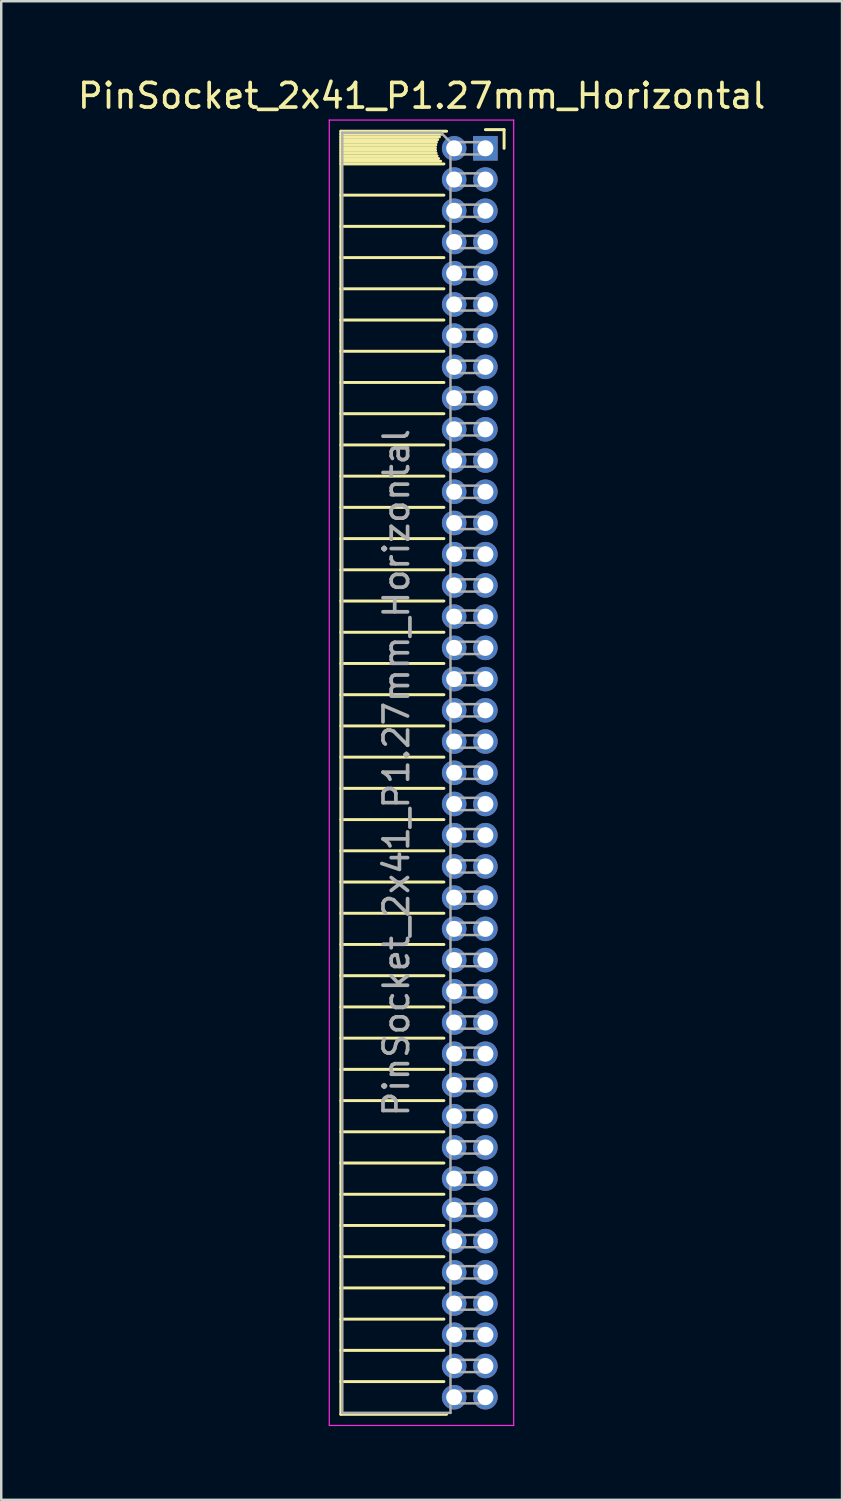
<source format=kicad_pcb>
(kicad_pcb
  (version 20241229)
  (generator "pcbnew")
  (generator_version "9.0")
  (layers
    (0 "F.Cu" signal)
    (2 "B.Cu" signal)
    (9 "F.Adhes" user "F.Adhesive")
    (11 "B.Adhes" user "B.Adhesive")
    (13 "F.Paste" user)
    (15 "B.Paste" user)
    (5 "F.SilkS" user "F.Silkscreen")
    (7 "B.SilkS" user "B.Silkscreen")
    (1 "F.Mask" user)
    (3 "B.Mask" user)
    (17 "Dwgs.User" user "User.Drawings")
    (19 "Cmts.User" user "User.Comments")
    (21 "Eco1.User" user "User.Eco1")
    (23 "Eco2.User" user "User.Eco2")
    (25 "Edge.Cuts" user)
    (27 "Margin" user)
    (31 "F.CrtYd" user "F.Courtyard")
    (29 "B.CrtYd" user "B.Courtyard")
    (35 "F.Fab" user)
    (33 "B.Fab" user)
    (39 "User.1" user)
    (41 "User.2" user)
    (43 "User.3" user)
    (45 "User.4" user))
  (footprint "PinSocket_2x41_P1.27mm_Horizontal"
    (layer "F.Cu")
    (at 16.694 2.983)
    (property "Reference" "PinSocket_2x41_P1.27mm_Horizontal" (at -2.592 -2.135 0) (layer "F.SilkS") (effects (font (size 1 1) (thickness 0.15))))
    (attr through_hole)
    (fp_line (start -5.88 -0.695) (end -5.88 51.495) (stroke (width 0.12) (type solid)) (layer "F.SilkS"))
    (fp_line (start -5.88 -0.695) (end -1.578 -0.695) (stroke (width 0.12) (type solid)) (layer "F.SilkS"))
    (fp_line (start -5.88 -0.575) (end -1.767 -0.575) (stroke (width 0.12) (type solid)) (layer "F.SilkS"))
    (fp_line (start -5.88 -0.465) (end -1.871 -0.465) (stroke (width 0.12) (type solid)) (layer "F.SilkS"))
    (fp_line (start -5.88 -0.355) (end -1.942 -0.355) (stroke (width 0.12) (type solid)) (layer "F.SilkS"))
    (fp_line (start -5.88 -0.245) (end -1.989 -0.245) (stroke (width 0.12) (type solid)) (layer "F.SilkS"))
    (fp_line (start -5.88 -0.135) (end -2.018 -0.135) (stroke (width 0.12) (type solid)) (layer "F.SilkS"))
    (fp_line (start -5.88 -0.025) (end -2.03 -0.025) (stroke (width 0.12) (type solid)) (layer "F.SilkS"))
    (fp_line (start -5.88 0.085) (end -2.025 0.085) (stroke (width 0.12) (type solid)) (layer "F.SilkS"))
    (fp_line (start -5.88 0.195) (end -2.005 0.195) (stroke (width 0.12) (type solid)) (layer "F.SilkS"))
    (fp_line (start -5.88 0.305) (end -1.966 0.305) (stroke (width 0.12) (type solid)) (layer "F.SilkS"))
    (fp_line (start -5.88 0.415) (end -1.907 0.415) (stroke (width 0.12) (type solid)) (layer "F.SilkS"))
    (fp_line (start -5.88 0.525) (end -1.82 0.525) (stroke (width 0.12) (type solid)) (layer "F.SilkS"))
    (fp_line (start -5.88 0.635) (end -1.688 0.635) (stroke (width 0.12) (type solid)) (layer "F.SilkS"))
    (fp_line (start -5.88 1.905) (end -1.688 1.905) (stroke (width 0.12) (type solid)) (layer "F.SilkS"))
    (fp_line (start -5.88 3.175) (end -1.688 3.175) (stroke (width 0.12) (type solid)) (layer "F.SilkS"))
    (fp_line (start -5.88 4.445) (end -1.688 4.445) (stroke (width 0.12) (type solid)) (layer "F.SilkS"))
    (fp_line (start -5.88 5.715) (end -1.688 5.715) (stroke (width 0.12) (type solid)) (layer "F.SilkS"))
    (fp_line (start -5.88 6.985) (end -1.688 6.985) (stroke (width 0.12) (type solid)) (layer "F.SilkS"))
    (fp_line (start -5.88 8.255) (end -1.688 8.255) (stroke (width 0.12) (type solid)) (layer "F.SilkS"))
    (fp_line (start -5.88 9.525) (end -1.688 9.525) (stroke (width 0.12) (type solid)) (layer "F.SilkS"))
    (fp_line (start -5.88 10.795) (end -1.688 10.795) (stroke (width 0.12) (type solid)) (layer "F.SilkS"))
    (fp_line (start -5.88 12.065) (end -1.688 12.065) (stroke (width 0.12) (type solid)) (layer "F.SilkS"))
    (fp_line (start -5.88 13.335) (end -1.688 13.335) (stroke (width 0.12) (type solid)) (layer "F.SilkS"))
    (fp_line (start -5.88 14.605) (end -1.688 14.605) (stroke (width 0.12) (type solid)) (layer "F.SilkS"))
    (fp_line (start -5.88 15.875) (end -1.688 15.875) (stroke (width 0.12) (type solid)) (layer "F.SilkS"))
    (fp_line (start -5.88 17.145) (end -1.688 17.145) (stroke (width 0.12) (type solid)) (layer "F.SilkS"))
    (fp_line (start -5.88 18.415) (end -1.688 18.415) (stroke (width 0.12) (type solid)) (layer "F.SilkS"))
    (fp_line (start -5.88 19.685) (end -1.688 19.685) (stroke (width 0.12) (type solid)) (layer "F.SilkS"))
    (fp_line (start -5.88 20.955) (end -1.688 20.955) (stroke (width 0.12) (type solid)) (layer "F.SilkS"))
    (fp_line (start -5.88 22.225) (end -1.688 22.225) (stroke (width 0.12) (type solid)) (layer "F.SilkS"))
    (fp_line (start -5.88 23.495) (end -1.688 23.495) (stroke (width 0.12) (type solid)) (layer "F.SilkS"))
    (fp_line (start -5.88 24.765) (end -1.688 24.765) (stroke (width 0.12) (type solid)) (layer "F.SilkS"))
    (fp_line (start -5.88 26.035) (end -1.688 26.035) (stroke (width 0.12) (type solid)) (layer "F.SilkS"))
    (fp_line (start -5.88 27.305) (end -1.688 27.305) (stroke (width 0.12) (type solid)) (layer "F.SilkS"))
    (fp_line (start -5.88 28.575) (end -1.688 28.575) (stroke (width 0.12) (type solid)) (layer "F.SilkS"))
    (fp_line (start -5.88 29.845) (end -1.688 29.845) (stroke (width 0.12) (type solid)) (layer "F.SilkS"))
    (fp_line (start -5.88 31.115) (end -1.688 31.115) (stroke (width 0.12) (type solid)) (layer "F.SilkS"))
    (fp_line (start -5.88 32.385) (end -1.688 32.385) (stroke (width 0.12) (type solid)) (layer "F.SilkS"))
    (fp_line (start -5.88 33.655) (end -1.688 33.655) (stroke (width 0.12) (type solid)) (layer "F.SilkS"))
    (fp_line (start -5.88 34.925) (end -1.688 34.925) (stroke (width 0.12) (type solid)) (layer "F.SilkS"))
    (fp_line (start -5.88 36.195) (end -1.688 36.195) (stroke (width 0.12) (type solid)) (layer "F.SilkS"))
    (fp_line (start -5.88 37.465) (end -1.688 37.465) (stroke (width 0.12) (type solid)) (layer "F.SilkS"))
    (fp_line (start -5.88 38.735) (end -1.688 38.735) (stroke (width 0.12) (type solid)) (layer "F.SilkS"))
    (fp_line (start -5.88 40.005) (end -1.688 40.005) (stroke (width 0.12) (type solid)) (layer "F.SilkS"))
    (fp_line (start -5.88 41.275) (end -1.688 41.275) (stroke (width 0.12) (type solid)) (layer "F.SilkS"))
    (fp_line (start -5.88 42.545) (end -1.688 42.545) (stroke (width 0.12) (type solid)) (layer "F.SilkS"))
    (fp_line (start -5.88 43.815) (end -1.688 43.815) (stroke (width 0.12) (type solid)) (layer "F.SilkS"))
    (fp_line (start -5.88 45.085) (end -1.688 45.085) (stroke (width 0.12) (type solid)) (layer "F.SilkS"))
    (fp_line (start -5.88 46.355) (end -1.688 46.355) (stroke (width 0.12) (type solid)) (layer "F.SilkS"))
    (fp_line (start -5.88 47.625) (end -1.688 47.625) (stroke (width 0.12) (type solid)) (layer "F.SilkS"))
    (fp_line (start -5.88 48.895) (end -1.688 48.895) (stroke (width 0.12) (type solid)) (layer "F.SilkS"))
    (fp_line (start -5.88 50.165) (end -1.688 50.165) (stroke (width 0.12) (type solid)) (layer "F.SilkS"))
    (fp_line (start -5.88 51.495) (end -1.578 51.495) (stroke (width 0.12) (type solid)) (layer "F.SilkS"))
    (fp_line (start 0 -0.76) (end 0.76 -0.76) (stroke (width 0.12) (type solid)) (layer "F.SilkS"))
    (fp_line (start 0.76 -0.76) (end 0.76 0) (stroke (width 0.12) (type solid)) (layer "F.SilkS"))
    (fp_line (start -6.35 -1.15) (end -6.35 51.95) (stroke (width 0.05) (type solid)) (layer "F.CrtYd"))
    (fp_line (start -6.35 51.95) (end 1.15 51.95) (stroke (width 0.05) (type solid)) (layer "F.CrtYd"))
    (fp_line (start 1.15 -1.15) (end -6.35 -1.15) (stroke (width 0.05) (type solid)) (layer "F.CrtYd"))
    (fp_line (start 1.15 51.95) (end 1.15 -1.15) (stroke (width 0.05) (type solid)) (layer "F.CrtYd"))
    (fp_line (start -5.82 -0.635) (end -1.805 -0.635) (stroke (width 0.1) (type solid)) (layer "F.Fab"))
    (fp_line (start -5.82 51.435) (end -5.82 -0.635) (stroke (width 0.1) (type solid)) (layer "F.Fab"))
    (fp_line (start -1.805 -0.635) (end -1.42 -0.25) (stroke (width 0.1) (type solid)) (layer "F.Fab"))
    (fp_line (start -1.42 -0.25) (end -1.42 51.435) (stroke (width 0.1) (type solid)) (layer "F.Fab"))
    (fp_line (start -1.42 0.25) (end 0 0.25) (stroke (width 0.1) (type solid)) (layer "F.Fab"))
    (fp_line (start -1.42 1.52) (end 0 1.52) (stroke (width 0.1) (type solid)) (layer "F.Fab"))
    (fp_line (start -1.42 2.79) (end 0 2.79) (stroke (width 0.1) (type solid)) (layer "F.Fab"))
    (fp_line (start -1.42 4.06) (end 0 4.06) (stroke (width 0.1) (type solid)) (layer "F.Fab"))
    (fp_line (start -1.42 5.33) (end 0 5.33) (stroke (width 0.1) (type solid)) (layer "F.Fab"))
    (fp_line (start -1.42 6.6) (end 0 6.6) (stroke (width 0.1) (type solid)) (layer "F.Fab"))
    (fp_line (start -1.42 7.87) (end 0 7.87) (stroke (width 0.1) (type solid)) (layer "F.Fab"))
    (fp_line (start -1.42 9.14) (end 0 9.14) (stroke (width 0.1) (type solid)) (layer "F.Fab"))
    (fp_line (start -1.42 10.41) (end 0 10.41) (stroke (width 0.1) (type solid)) (layer "F.Fab"))
    (fp_line (start -1.42 11.68) (end 0 11.68) (stroke (width 0.1) (type solid)) (layer "F.Fab"))
    (fp_line (start -1.42 12.95) (end 0 12.95) (stroke (width 0.1) (type solid)) (layer "F.Fab"))
    (fp_line (start -1.42 14.22) (end 0 14.22) (stroke (width 0.1) (type solid)) (layer "F.Fab"))
    (fp_line (start -1.42 15.49) (end 0 15.49) (stroke (width 0.1) (type solid)) (layer "F.Fab"))
    (fp_line (start -1.42 16.76) (end 0 16.76) (stroke (width 0.1) (type solid)) (layer "F.Fab"))
    (fp_line (start -1.42 18.03) (end 0 18.03) (stroke (width 0.1) (type solid)) (layer "F.Fab"))
    (fp_line (start -1.42 19.3) (end 0 19.3) (stroke (width 0.1) (type solid)) (layer "F.Fab"))
    (fp_line (start -1.42 20.57) (end 0 20.57) (stroke (width 0.1) (type solid)) (layer "F.Fab"))
    (fp_line (start -1.42 21.84) (end 0 21.84) (stroke (width 0.1) (type solid)) (layer "F.Fab"))
    (fp_line (start -1.42 23.11) (end 0 23.11) (stroke (width 0.1) (type solid)) (layer "F.Fab"))
    (fp_line (start -1.42 24.38) (end 0 24.38) (stroke (width 0.1) (type solid)) (layer "F.Fab"))
    (fp_line (start -1.42 25.65) (end 0 25.65) (stroke (width 0.1) (type solid)) (layer "F.Fab"))
    (fp_line (start -1.42 26.92) (end 0 26.92) (stroke (width 0.1) (type solid)) (layer "F.Fab"))
    (fp_line (start -1.42 28.19) (end 0 28.19) (stroke (width 0.1) (type solid)) (layer "F.Fab"))
    (fp_line (start -1.42 29.46) (end 0 29.46) (stroke (width 0.1) (type solid)) (layer "F.Fab"))
    (fp_line (start -1.42 30.73) (end 0 30.73) (stroke (width 0.1) (type solid)) (layer "F.Fab"))
    (fp_line (start -1.42 32) (end 0 32) (stroke (width 0.1) (type solid)) (layer "F.Fab"))
    (fp_line (start -1.42 33.27) (end 0 33.27) (stroke (width 0.1) (type solid)) (layer "F.Fab"))
    (fp_line (start -1.42 34.54) (end 0 34.54) (stroke (width 0.1) (type solid)) (layer "F.Fab"))
    (fp_line (start -1.42 35.81) (end 0 35.81) (stroke (width 0.1) (type solid)) (layer "F.Fab"))
    (fp_line (start -1.42 37.08) (end 0 37.08) (stroke (width 0.1) (type solid)) (layer "F.Fab"))
    (fp_line (start -1.42 38.35) (end 0 38.35) (stroke (width 0.1) (type solid)) (layer "F.Fab"))
    (fp_line (start -1.42 39.62) (end 0 39.62) (stroke (width 0.1) (type solid)) (layer "F.Fab"))
    (fp_line (start -1.42 40.89) (end 0 40.89) (stroke (width 0.1) (type solid)) (layer "F.Fab"))
    (fp_line (start -1.42 42.16) (end 0 42.16) (stroke (width 0.1) (type solid)) (layer "F.Fab"))
    (fp_line (start -1.42 43.43) (end 0 43.43) (stroke (width 0.1) (type solid)) (layer "F.Fab"))
    (fp_line (start -1.42 44.7) (end 0 44.7) (stroke (width 0.1) (type solid)) (layer "F.Fab"))
    (fp_line (start -1.42 45.97) (end 0 45.97) (stroke (width 0.1) (type solid)) (layer "F.Fab"))
    (fp_line (start -1.42 47.24) (end 0 47.24) (stroke (width 0.1) (type solid)) (layer "F.Fab"))
    (fp_line (start -1.42 48.51) (end 0 48.51) (stroke (width 0.1) (type solid)) (layer "F.Fab"))
    (fp_line (start -1.42 49.78) (end 0 49.78) (stroke (width 0.1) (type solid)) (layer "F.Fab"))
    (fp_line (start -1.42 51.05) (end 0 51.05) (stroke (width 0.1) (type solid)) (layer "F.Fab"))
    (fp_line (start -1.42 51.435) (end -5.82 51.435) (stroke (width 0.1) (type solid)) (layer "F.Fab"))
    (fp_line (start 0 -0.25) (end -1.42 -0.25) (stroke (width 0.1) (type solid)) (layer "F.Fab"))
    (fp_line (start 0 0.25) (end 0 -0.25) (stroke (width 0.1) (type solid)) (layer "F.Fab"))
    (fp_line (start 0 1.02) (end -1.42 1.02) (stroke (width 0.1) (type solid)) (layer "F.Fab"))
    (fp_line (start 0 1.52) (end 0 1.02) (stroke (width 0.1) (type solid)) (layer "F.Fab"))
    (fp_line (start 0 2.29) (end -1.42 2.29) (stroke (width 0.1) (type solid)) (layer "F.Fab"))
    (fp_line (start 0 2.79) (end 0 2.29) (stroke (width 0.1) (type solid)) (layer "F.Fab"))
    (fp_line (start 0 3.56) (end -1.42 3.56) (stroke (width 0.1) (type solid)) (layer "F.Fab"))
    (fp_line (start 0 4.06) (end 0 3.56) (stroke (width 0.1) (type solid)) (layer "F.Fab"))
    (fp_line (start 0 4.83) (end -1.42 4.83) (stroke (width 0.1) (type solid)) (layer "F.Fab"))
    (fp_line (start 0 5.33) (end 0 4.83) (stroke (width 0.1) (type solid)) (layer "F.Fab"))
    (fp_line (start 0 6.1) (end -1.42 6.1) (stroke (width 0.1) (type solid)) (layer "F.Fab"))
    (fp_line (start 0 6.6) (end 0 6.1) (stroke (width 0.1) (type solid)) (layer "F.Fab"))
    (fp_line (start 0 7.37) (end -1.42 7.37) (stroke (width 0.1) (type solid)) (layer "F.Fab"))
    (fp_line (start 0 7.87) (end 0 7.37) (stroke (width 0.1) (type solid)) (layer "F.Fab"))
    (fp_line (start 0 8.64) (end -1.42 8.64) (stroke (width 0.1) (type solid)) (layer "F.Fab"))
    (fp_line (start 0 9.14) (end 0 8.64) (stroke (width 0.1) (type solid)) (layer "F.Fab"))
    (fp_line (start 0 9.91) (end -1.42 9.91) (stroke (width 0.1) (type solid)) (layer "F.Fab"))
    (fp_line (start 0 10.41) (end 0 9.91) (stroke (width 0.1) (type solid)) (layer "F.Fab"))
    (fp_line (start 0 11.18) (end -1.42 11.18) (stroke (width 0.1) (type solid)) (layer "F.Fab"))
    (fp_line (start 0 11.68) (end 0 11.18) (stroke (width 0.1) (type solid)) (layer "F.Fab"))
    (fp_line (start 0 12.45) (end -1.42 12.45) (stroke (width 0.1) (type solid)) (layer "F.Fab"))
    (fp_line (start 0 12.95) (end 0 12.45) (stroke (width 0.1) (type solid)) (layer "F.Fab"))
    (fp_line (start 0 13.72) (end -1.42 13.72) (stroke (width 0.1) (type solid)) (layer "F.Fab"))
    (fp_line (start 0 14.22) (end 0 13.72) (stroke (width 0.1) (type solid)) (layer "F.Fab"))
    (fp_line (start 0 14.99) (end -1.42 14.99) (stroke (width 0.1) (type solid)) (layer "F.Fab"))
    (fp_line (start 0 15.49) (end 0 14.99) (stroke (width 0.1) (type solid)) (layer "F.Fab"))
    (fp_line (start 0 16.26) (end -1.42 16.26) (stroke (width 0.1) (type solid)) (layer "F.Fab"))
    (fp_line (start 0 16.76) (end 0 16.26) (stroke (width 0.1) (type solid)) (layer "F.Fab"))
    (fp_line (start 0 17.53) (end -1.42 17.53) (stroke (width 0.1) (type solid)) (layer "F.Fab"))
    (fp_line (start 0 18.03) (end 0 17.53) (stroke (width 0.1) (type solid)) (layer "F.Fab"))
    (fp_line (start 0 18.8) (end -1.42 18.8) (stroke (width 0.1) (type solid)) (layer "F.Fab"))
    (fp_line (start 0 19.3) (end 0 18.8) (stroke (width 0.1) (type solid)) (layer "F.Fab"))
    (fp_line (start 0 20.07) (end -1.42 20.07) (stroke (width 0.1) (type solid)) (layer "F.Fab"))
    (fp_line (start 0 20.57) (end 0 20.07) (stroke (width 0.1) (type solid)) (layer "F.Fab"))
    (fp_line (start 0 21.34) (end -1.42 21.34) (stroke (width 0.1) (type solid)) (layer "F.Fab"))
    (fp_line (start 0 21.84) (end 0 21.34) (stroke (width 0.1) (type solid)) (layer "F.Fab"))
    (fp_line (start 0 22.61) (end -1.42 22.61) (stroke (width 0.1) (type solid)) (layer "F.Fab"))
    (fp_line (start 0 23.11) (end 0 22.61) (stroke (width 0.1) (type solid)) (layer "F.Fab"))
    (fp_line (start 0 23.88) (end -1.42 23.88) (stroke (width 0.1) (type solid)) (layer "F.Fab"))
    (fp_line (start 0 24.38) (end 0 23.88) (stroke (width 0.1) (type solid)) (layer "F.Fab"))
    (fp_line (start 0 25.15) (end -1.42 25.15) (stroke (width 0.1) (type solid)) (layer "F.Fab"))
    (fp_line (start 0 25.65) (end 0 25.15) (stroke (width 0.1) (type solid)) (layer "F.Fab"))
    (fp_line (start 0 26.42) (end -1.42 26.42) (stroke (width 0.1) (type solid)) (layer "F.Fab"))
    (fp_line (start 0 26.92) (end 0 26.42) (stroke (width 0.1) (type solid)) (layer "F.Fab"))
    (fp_line (start 0 27.69) (end -1.42 27.69) (stroke (width 0.1) (type solid)) (layer "F.Fab"))
    (fp_line (start 0 28.19) (end 0 27.69) (stroke (width 0.1) (type solid)) (layer "F.Fab"))
    (fp_line (start 0 28.96) (end -1.42 28.96) (stroke (width 0.1) (type solid)) (layer "F.Fab"))
    (fp_line (start 0 29.46) (end 0 28.96) (stroke (width 0.1) (type solid)) (layer "F.Fab"))
    (fp_line (start 0 30.23) (end -1.42 30.23) (stroke (width 0.1) (type solid)) (layer "F.Fab"))
    (fp_line (start 0 30.73) (end 0 30.23) (stroke (width 0.1) (type solid)) (layer "F.Fab"))
    (fp_line (start 0 31.5) (end -1.42 31.5) (stroke (width 0.1) (type solid)) (layer "F.Fab"))
    (fp_line (start 0 32) (end 0 31.5) (stroke (width 0.1) (type solid)) (layer "F.Fab"))
    (fp_line (start 0 32.77) (end -1.42 32.77) (stroke (width 0.1) (type solid)) (layer "F.Fab"))
    (fp_line (start 0 33.27) (end 0 32.77) (stroke (width 0.1) (type solid)) (layer "F.Fab"))
    (fp_line (start 0 34.04) (end -1.42 34.04) (stroke (width 0.1) (type solid)) (layer "F.Fab"))
    (fp_line (start 0 34.54) (end 0 34.04) (stroke (width 0.1) (type solid)) (layer "F.Fab"))
    (fp_line (start 0 35.31) (end -1.42 35.31) (stroke (width 0.1) (type solid)) (layer "F.Fab"))
    (fp_line (start 0 35.81) (end 0 35.31) (stroke (width 0.1) (type solid)) (layer "F.Fab"))
    (fp_line (start 0 36.58) (end -1.42 36.58) (stroke (width 0.1) (type solid)) (layer "F.Fab"))
    (fp_line (start 0 37.08) (end 0 36.58) (stroke (width 0.1) (type solid)) (layer "F.Fab"))
    (fp_line (start 0 37.85) (end -1.42 37.85) (stroke (width 0.1) (type solid)) (layer "F.Fab"))
    (fp_line (start 0 38.35) (end 0 37.85) (stroke (width 0.1) (type solid)) (layer "F.Fab"))
    (fp_line (start 0 39.12) (end -1.42 39.12) (stroke (width 0.1) (type solid)) (layer "F.Fab"))
    (fp_line (start 0 39.62) (end 0 39.12) (stroke (width 0.1) (type solid)) (layer "F.Fab"))
    (fp_line (start 0 40.39) (end -1.42 40.39) (stroke (width 0.1) (type solid)) (layer "F.Fab"))
    (fp_line (start 0 40.89) (end 0 40.39) (stroke (width 0.1) (type solid)) (layer "F.Fab"))
    (fp_line (start 0 41.66) (end -1.42 41.66) (stroke (width 0.1) (type solid)) (layer "F.Fab"))
    (fp_line (start 0 42.16) (end 0 41.66) (stroke (width 0.1) (type solid)) (layer "F.Fab"))
    (fp_line (start 0 42.93) (end -1.42 42.93) (stroke (width 0.1) (type solid)) (layer "F.Fab"))
    (fp_line (start 0 43.43) (end 0 42.93) (stroke (width 0.1) (type solid)) (layer "F.Fab"))
    (fp_line (start 0 44.2) (end -1.42 44.2) (stroke (width 0.1) (type solid)) (layer "F.Fab"))
    (fp_line (start 0 44.7) (end 0 44.2) (stroke (width 0.1) (type solid)) (layer "F.Fab"))
    (fp_line (start 0 45.47) (end -1.42 45.47) (stroke (width 0.1) (type solid)) (layer "F.Fab"))
    (fp_line (start 0 45.97) (end 0 45.47) (stroke (width 0.1) (type solid)) (layer "F.Fab"))
    (fp_line (start 0 46.74) (end -1.42 46.74) (stroke (width 0.1) (type solid)) (layer "F.Fab"))
    (fp_line (start 0 47.24) (end 0 46.74) (stroke (width 0.1) (type solid)) (layer "F.Fab"))
    (fp_line (start 0 48.01) (end -1.42 48.01) (stroke (width 0.1) (type solid)) (layer "F.Fab"))
    (fp_line (start 0 48.51) (end 0 48.01) (stroke (width 0.1) (type solid)) (layer "F.Fab"))
    (fp_line (start 0 49.28) (end -1.42 49.28) (stroke (width 0.1) (type solid)) (layer "F.Fab"))
    (fp_line (start 0 49.78) (end 0 49.28) (stroke (width 0.1) (type solid)) (layer "F.Fab"))
    (fp_line (start 0 50.55) (end -1.42 50.55) (stroke (width 0.1) (type solid)) (layer "F.Fab"))
    (fp_line (start 0 51.05) (end 0 50.55) (stroke (width 0.1) (type solid)) (layer "F.Fab"))
    (fp_text user "${REFERENCE}" (at -3.62 25.4 90) (layer "F.Fab") (effects (font (size 1 1) (thickness 0.15))))
    (pad "1" thru_hole rect (at 0 0) (size 1 1) (drill 0.65) (layers "*.Cu" "*.Mask"))
    (pad "2" thru_hole oval (at -1.27 0) (size 1 1) (drill 0.65) (layers "*.Cu" "*.Mask"))
    (pad "3" thru_hole oval (at 0 1.27) (size 1 1) (drill 0.65) (layers "*.Cu" "*.Mask"))
    (pad "4" thru_hole oval (at -1.27 1.27) (size 1 1) (drill 0.65) (layers "*.Cu" "*.Mask"))
    (pad "5" thru_hole oval (at 0 2.54) (size 1 1) (drill 0.65) (layers "*.Cu" "*.Mask"))
    (pad "6" thru_hole oval (at -1.27 2.54) (size 1 1) (drill 0.65) (layers "*.Cu" "*.Mask"))
    (pad "7" thru_hole oval (at 0 3.81) (size 1 1) (drill 0.65) (layers "*.Cu" "*.Mask"))
    (pad "8" thru_hole oval (at -1.27 3.81) (size 1 1) (drill 0.65) (layers "*.Cu" "*.Mask"))
    (pad "9" thru_hole oval (at 0 5.08) (size 1 1) (drill 0.65) (layers "*.Cu" "*.Mask"))
    (pad "10" thru_hole oval (at -1.27 5.08) (size 1 1) (drill 0.65) (layers "*.Cu" "*.Mask"))
    (pad "11" thru_hole oval (at 0 6.35) (size 1 1) (drill 0.65) (layers "*.Cu" "*.Mask"))
    (pad "12" thru_hole oval (at -1.27 6.35) (size 1 1) (drill 0.65) (layers "*.Cu" "*.Mask"))
    (pad "13" thru_hole oval (at 0 7.62) (size 1 1) (drill 0.65) (layers "*.Cu" "*.Mask"))
    (pad "14" thru_hole oval (at -1.27 7.62) (size 1 1) (drill 0.65) (layers "*.Cu" "*.Mask"))
    (pad "15" thru_hole oval (at 0 8.89) (size 1 1) (drill 0.65) (layers "*.Cu" "*.Mask"))
    (pad "16" thru_hole oval (at -1.27 8.89) (size 1 1) (drill 0.65) (layers "*.Cu" "*.Mask"))
    (pad "17" thru_hole oval (at 0 10.16) (size 1 1) (drill 0.65) (layers "*.Cu" "*.Mask"))
    (pad "18" thru_hole oval (at -1.27 10.16) (size 1 1) (drill 0.65) (layers "*.Cu" "*.Mask"))
    (pad "19" thru_hole oval (at 0 11.43) (size 1 1) (drill 0.65) (layers "*.Cu" "*.Mask"))
    (pad "20" thru_hole oval (at -1.27 11.43) (size 1 1) (drill 0.65) (layers "*.Cu" "*.Mask"))
    (pad "21" thru_hole oval (at 0 12.7) (size 1 1) (drill 0.65) (layers "*.Cu" "*.Mask"))
    (pad "22" thru_hole oval (at -1.27 12.7) (size 1 1) (drill 0.65) (layers "*.Cu" "*.Mask"))
    (pad "23" thru_hole oval (at 0 13.97) (size 1 1) (drill 0.65) (layers "*.Cu" "*.Mask"))
    (pad "24" thru_hole oval (at -1.27 13.97) (size 1 1) (drill 0.65) (layers "*.Cu" "*.Mask"))
    (pad "25" thru_hole oval (at 0 15.24) (size 1 1) (drill 0.65) (layers "*.Cu" "*.Mask"))
    (pad "26" thru_hole oval (at -1.27 15.24) (size 1 1) (drill 0.65) (layers "*.Cu" "*.Mask"))
    (pad "27" thru_hole oval (at 0 16.51) (size 1 1) (drill 0.65) (layers "*.Cu" "*.Mask"))
    (pad "28" thru_hole oval (at -1.27 16.51) (size 1 1) (drill 0.65) (layers "*.Cu" "*.Mask"))
    (pad "29" thru_hole oval (at 0 17.78) (size 1 1) (drill 0.65) (layers "*.Cu" "*.Mask"))
    (pad "30" thru_hole oval (at -1.27 17.78) (size 1 1) (drill 0.65) (layers "*.Cu" "*.Mask"))
    (pad "31" thru_hole oval (at 0 19.05) (size 1 1) (drill 0.65) (layers "*.Cu" "*.Mask"))
    (pad "32" thru_hole oval (at -1.27 19.05) (size 1 1) (drill 0.65) (layers "*.Cu" "*.Mask"))
    (pad "33" thru_hole oval (at 0 20.32) (size 1 1) (drill 0.65) (layers "*.Cu" "*.Mask"))
    (pad "34" thru_hole oval (at -1.27 20.32) (size 1 1) (drill 0.65) (layers "*.Cu" "*.Mask"))
    (pad "35" thru_hole oval (at 0 21.59) (size 1 1) (drill 0.65) (layers "*.Cu" "*.Mask"))
    (pad "36" thru_hole oval (at -1.27 21.59) (size 1 1) (drill 0.65) (layers "*.Cu" "*.Mask"))
    (pad "37" thru_hole oval (at 0 22.86) (size 1 1) (drill 0.65) (layers "*.Cu" "*.Mask"))
    (pad "38" thru_hole oval (at -1.27 22.86) (size 1 1) (drill 0.65) (layers "*.Cu" "*.Mask"))
    (pad "39" thru_hole oval (at 0 24.13) (size 1 1) (drill 0.65) (layers "*.Cu" "*.Mask"))
    (pad "40" thru_hole oval (at -1.27 24.13) (size 1 1) (drill 0.65) (layers "*.Cu" "*.Mask"))
    (pad "41" thru_hole oval (at 0 25.4) (size 1 1) (drill 0.65) (layers "*.Cu" "*.Mask"))
    (pad "42" thru_hole oval (at -1.27 25.4) (size 1 1) (drill 0.65) (layers "*.Cu" "*.Mask"))
    (pad "43" thru_hole oval (at 0 26.67) (size 1 1) (drill 0.65) (layers "*.Cu" "*.Mask"))
    (pad "44" thru_hole oval (at -1.27 26.67) (size 1 1) (drill 0.65) (layers "*.Cu" "*.Mask"))
    (pad "45" thru_hole oval (at 0 27.94) (size 1 1) (drill 0.65) (layers "*.Cu" "*.Mask"))
    (pad "46" thru_hole oval (at -1.27 27.94) (size 1 1) (drill 0.65) (layers "*.Cu" "*.Mask"))
    (pad "47" thru_hole oval (at 0 29.21) (size 1 1) (drill 0.65) (layers "*.Cu" "*.Mask"))
    (pad "48" thru_hole oval (at -1.27 29.21) (size 1 1) (drill 0.65) (layers "*.Cu" "*.Mask"))
    (pad "49" thru_hole oval (at 0 30.48) (size 1 1) (drill 0.65) (layers "*.Cu" "*.Mask"))
    (pad "50" thru_hole oval (at -1.27 30.48) (size 1 1) (drill 0.65) (layers "*.Cu" "*.Mask"))
    (pad "51" thru_hole oval (at 0 31.75) (size 1 1) (drill 0.65) (layers "*.Cu" "*.Mask"))
    (pad "52" thru_hole oval (at -1.27 31.75) (size 1 1) (drill 0.65) (layers "*.Cu" "*.Mask"))
    (pad "53" thru_hole oval (at 0 33.02) (size 1 1) (drill 0.65) (layers "*.Cu" "*.Mask"))
    (pad "54" thru_hole oval (at -1.27 33.02) (size 1 1) (drill 0.65) (layers "*.Cu" "*.Mask"))
    (pad "55" thru_hole oval (at 0 34.29) (size 1 1) (drill 0.65) (layers "*.Cu" "*.Mask"))
    (pad "56" thru_hole oval (at -1.27 34.29) (size 1 1) (drill 0.65) (layers "*.Cu" "*.Mask"))
    (pad "57" thru_hole oval (at 0 35.56) (size 1 1) (drill 0.65) (layers "*.Cu" "*.Mask"))
    (pad "58" thru_hole oval (at -1.27 35.56) (size 1 1) (drill 0.65) (layers "*.Cu" "*.Mask"))
    (pad "59" thru_hole oval (at 0 36.83) (size 1 1) (drill 0.65) (layers "*.Cu" "*.Mask"))
    (pad "60" thru_hole oval (at -1.27 36.83) (size 1 1) (drill 0.65) (layers "*.Cu" "*.Mask"))
    (pad "61" thru_hole oval (at 0 38.1) (size 1 1) (drill 0.65) (layers "*.Cu" "*.Mask"))
    (pad "62" thru_hole oval (at -1.27 38.1) (size 1 1) (drill 0.65) (layers "*.Cu" "*.Mask"))
    (pad "63" thru_hole oval (at 0 39.37) (size 1 1) (drill 0.65) (layers "*.Cu" "*.Mask"))
    (pad "64" thru_hole oval (at -1.27 39.37) (size 1 1) (drill 0.65) (layers "*.Cu" "*.Mask"))
    (pad "65" thru_hole oval (at 0 40.64) (size 1 1) (drill 0.65) (layers "*.Cu" "*.Mask"))
    (pad "66" thru_hole oval (at -1.27 40.64) (size 1 1) (drill 0.65) (layers "*.Cu" "*.Mask"))
    (pad "67" thru_hole oval (at 0 41.91) (size 1 1) (drill 0.65) (layers "*.Cu" "*.Mask"))
    (pad "68" thru_hole oval (at -1.27 41.91) (size 1 1) (drill 0.65) (layers "*.Cu" "*.Mask"))
    (pad "69" thru_hole oval (at 0 43.18) (size 1 1) (drill 0.65) (layers "*.Cu" "*.Mask"))
    (pad "70" thru_hole oval (at -1.27 43.18) (size 1 1) (drill 0.65) (layers "*.Cu" "*.Mask"))
    (pad "71" thru_hole oval (at 0 44.45) (size 1 1) (drill 0.65) (layers "*.Cu" "*.Mask"))
    (pad "72" thru_hole oval (at -1.27 44.45) (size 1 1) (drill 0.65) (layers "*.Cu" "*.Mask"))
    (pad "73" thru_hole oval (at 0 45.72) (size 1 1) (drill 0.65) (layers "*.Cu" "*.Mask"))
    (pad "74" thru_hole oval (at -1.27 45.72) (size 1 1) (drill 0.65) (layers "*.Cu" "*.Mask"))
    (pad "75" thru_hole oval (at 0 46.99) (size 1 1) (drill 0.65) (layers "*.Cu" "*.Mask"))
    (pad "76" thru_hole oval (at -1.27 46.99) (size 1 1) (drill 0.65) (layers "*.Cu" "*.Mask"))
    (pad "77" thru_hole oval (at 0 48.26) (size 1 1) (drill 0.65) (layers "*.Cu" "*.Mask"))
    (pad "78" thru_hole oval (at -1.27 48.26) (size 1 1) (drill 0.65) (layers "*.Cu" "*.Mask"))
    (pad "79" thru_hole oval (at 0 49.53) (size 1 1) (drill 0.65) (layers "*.Cu" "*.Mask"))
    (pad "80" thru_hole oval (at -1.27 49.53) (size 1 1) (drill 0.65) (layers "*.Cu" "*.Mask"))
    (pad "81" thru_hole oval (at 0 50.8) (size 1 1) (drill 0.65) (layers "*.Cu" "*.Mask"))
    (pad "82" thru_hole oval (at -1.27 50.8) (size 1 1) (drill 0.65) (layers "*.Cu" "*.Mask")))
  (gr_rect
    (start -3 -3)
    (end 31.202 57.958)
    (stroke (width 0.1) (type default))
    (fill no)
    (layer "Edge.Cuts")))
</source>
